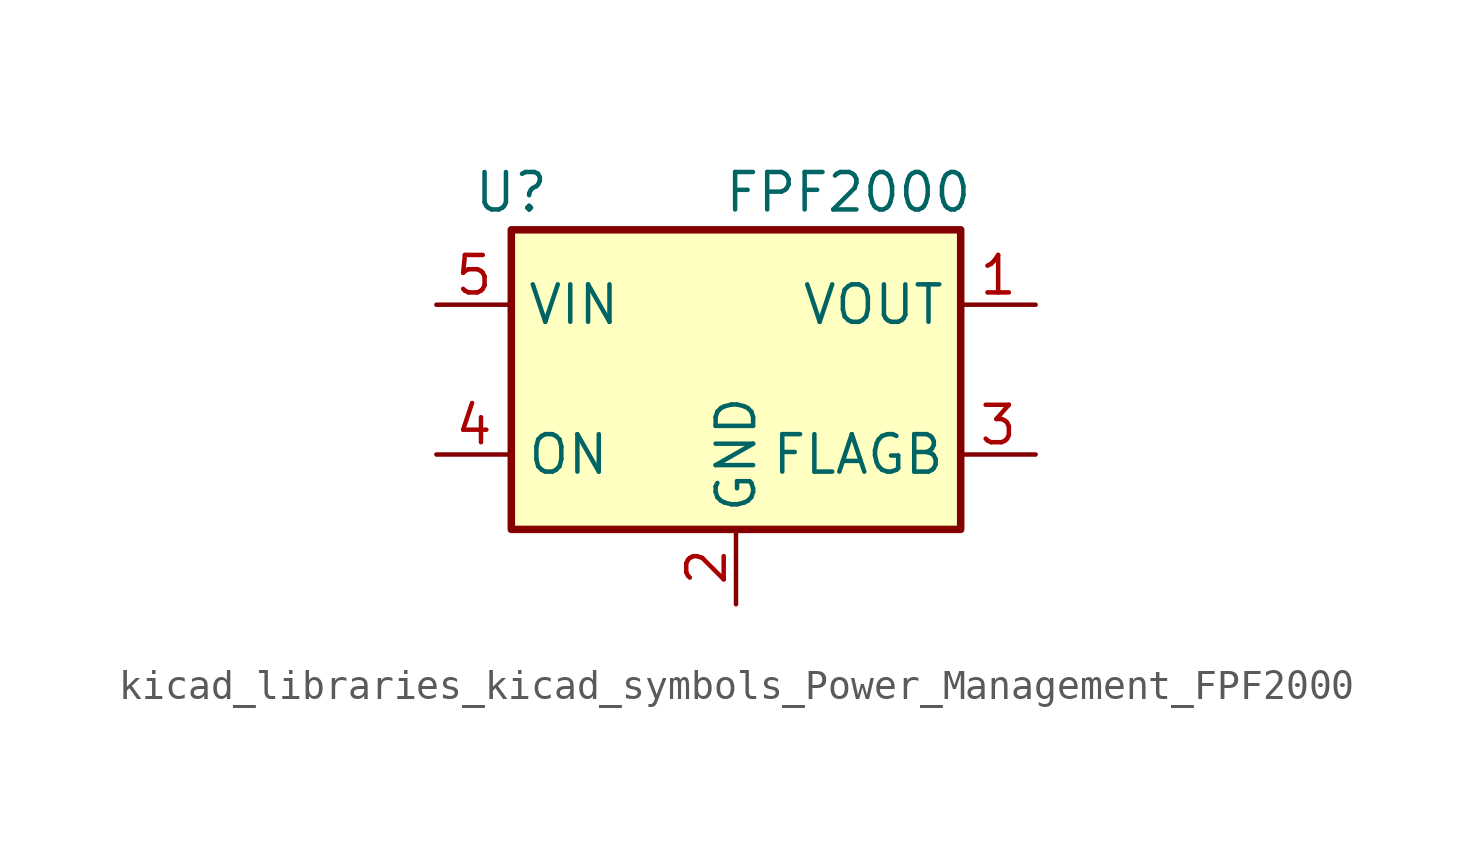
<source format=kicad_sym>
(kicad_symbol_lib
  (version 20220914)
  (generator kicad_symbol_editor)
  (symbol "kicad_libraries_kicad_symbols_Power_Management_FPF2000"
    (property "Reference" "U"
      (at -7.62 6.35 0)
      (effects (font (size 1.27 1.27))))
    (property "Value" "FPF2000"
      (at 3.81 6.35 0)
      (effects (font (size 1.27 1.27))))
    (symbol "kicad_libraries_kicad_symbols_Power_Management_FPF2000_0_1"
      (rectangle (start -7.62 5.08) (end 7.62 -5.08) (stroke (width 0.254) (type default)) (fill (type background))))
    (symbol "kicad_libraries_kicad_symbols_Power_Management_FPF2000_1_1"
      (pin power_out line (at 10.16 2.54 180) (length 2.54) (name "VOUT" (effects (font (size 1.27 1.27)))) (number "1" (effects (font (size 1.27 1.27)))))
      (pin power_in line (at 0 -7.62 90) (length 2.54) (name "GND" (effects (font (size 1.27 1.27)))) (number "2" (effects (font (size 1.27 1.27)))))
      (pin open_collector line (at 10.16 -2.54 180) (length 2.54) (name "FLAGB" (effects (font (size 1.27 1.27)))) (number "3" (effects (font (size 1.27 1.27)))))
      (pin input line (at -10.16 -2.54 0) (length 2.54) (name "ON" (effects (font (size 1.27 1.27)))) (number "4" (effects (font (size 1.27 1.27)))))
      (pin power_in line (at -10.16 2.54 0) (length 2.54) (name "VIN" (effects (font (size 1.27 1.27)))) (number "5" (effects (font (size 1.27 1.27))))))))
</source>
